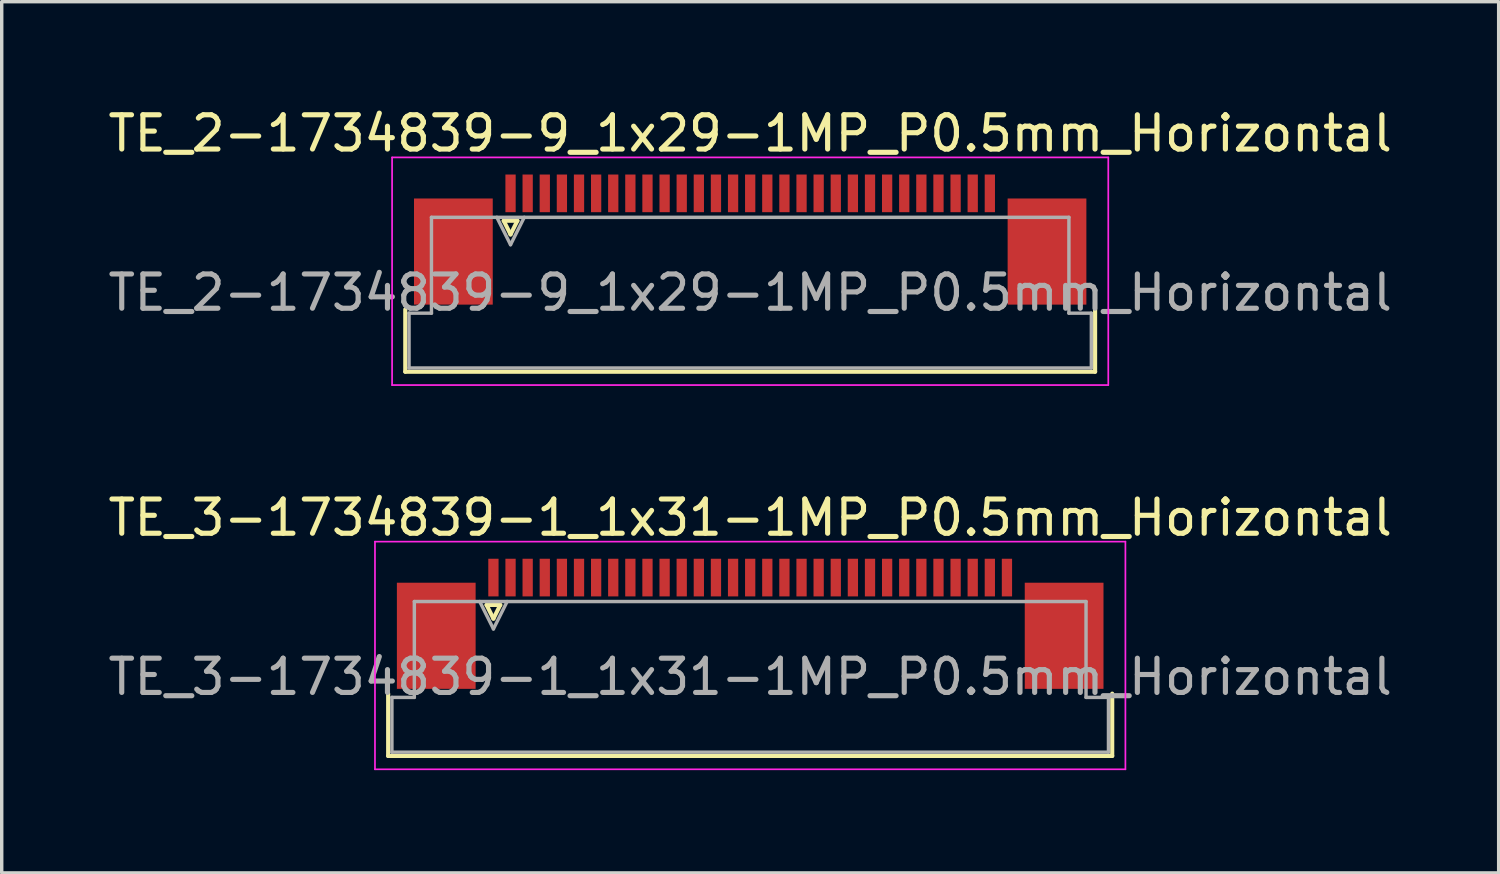
<source format=kicad_pcb>
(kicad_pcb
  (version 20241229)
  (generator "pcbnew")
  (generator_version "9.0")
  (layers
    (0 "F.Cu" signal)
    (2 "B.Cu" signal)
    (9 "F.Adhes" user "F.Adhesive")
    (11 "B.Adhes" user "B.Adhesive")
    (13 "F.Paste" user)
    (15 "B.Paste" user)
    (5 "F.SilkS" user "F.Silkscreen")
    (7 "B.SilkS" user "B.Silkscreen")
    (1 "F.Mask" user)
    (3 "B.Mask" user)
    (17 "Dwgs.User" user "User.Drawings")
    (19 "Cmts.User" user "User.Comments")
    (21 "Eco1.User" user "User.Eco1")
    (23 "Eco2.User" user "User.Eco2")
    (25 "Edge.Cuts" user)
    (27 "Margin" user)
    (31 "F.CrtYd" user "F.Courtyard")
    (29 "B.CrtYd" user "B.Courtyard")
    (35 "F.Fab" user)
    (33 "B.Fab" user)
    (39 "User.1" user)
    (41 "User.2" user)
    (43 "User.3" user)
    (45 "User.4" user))
  (footprint "TE_2-1734839-9_1x29-1MP_P0.5mm_Horizontal"
    (layer "F.Cu")
    (at 18.863 4.398)
    (property "Reference" "TE_2-1734839-9_1x29-1MP_P0.5mm_Horizontal" (at 0 -3.55 0) (layer "F.SilkS") (effects (font (size 1 1) (thickness 0.15))))
    (attr smd)
    (fp_line (start -10.075 3.41) (end -10.075 1.59) (stroke (width 0.12) (type solid)) (layer "F.SilkS"))
    (fp_line (start -7.2 -1) (end -7 -0.6) (stroke (width 0.12) (type solid)) (layer "F.SilkS"))
    (fp_line (start -7 -0.6) (end -6.8 -1) (stroke (width 0.12) (type solid)) (layer "F.SilkS"))
    (fp_line (start -6.8 -1) (end -7.2 -1) (stroke (width 0.12) (type solid)) (layer "F.SilkS"))
    (fp_line (start 10.075 1.59) (end 10.075 3.41) (stroke (width 0.12) (type solid)) (layer "F.SilkS"))
    (fp_line (start 10.075 3.41) (end -10.075 3.41) (stroke (width 0.12) (type solid)) (layer "F.SilkS"))
    (fp_line (start -10.46 -2.85) (end -10.46 3.8) (stroke (width 0.05) (type solid)) (layer "F.CrtYd"))
    (fp_line (start -10.46 3.8) (end 10.46 3.8) (stroke (width 0.05) (type solid)) (layer "F.CrtYd"))
    (fp_line (start 10.46 -2.85) (end -10.46 -2.85) (stroke (width 0.05) (type solid)) (layer "F.CrtYd"))
    (fp_line (start 10.46 3.8) (end 10.46 -2.85) (stroke (width 0.05) (type solid)) (layer "F.CrtYd"))
    (fp_line (start -9.965 1.7) (end -9.31 1.7) (stroke (width 0.1) (type solid)) (layer "F.Fab"))
    (fp_line (start -9.965 3.3) (end -9.965 1.7) (stroke (width 0.1) (type solid)) (layer "F.Fab"))
    (fp_line (start -9.31 -1.1) (end 9.31 -1.1) (stroke (width 0.1) (type solid)) (layer "F.Fab"))
    (fp_line (start -9.31 1.7) (end -9.31 -1.1) (stroke (width 0.1) (type solid)) (layer "F.Fab"))
    (fp_line (start -7.4 -1.1) (end -7 -0.3) (stroke (width 0.1) (type solid)) (layer "F.Fab"))
    (fp_line (start -7 -0.3) (end -6.6 -1.1) (stroke (width 0.1) (type solid)) (layer "F.Fab"))
    (fp_line (start 9.31 -1.1) (end 9.31 1.7) (stroke (width 0.1) (type solid)) (layer "F.Fab"))
    (fp_line (start 9.31 1.7) (end 9.965 1.7) (stroke (width 0.1) (type solid)) (layer "F.Fab"))
    (fp_line (start 9.965 1.7) (end 9.965 3.3) (stroke (width 0.1) (type solid)) (layer "F.Fab"))
    (fp_line (start 9.965 3.3) (end -9.965 3.3) (stroke (width 0.1) (type solid)) (layer "F.Fab"))
    (fp_text user "${REFERENCE}" (at 0 1.1 0) (layer "F.Fab") (effects (font (size 1 1) (thickness 0.15))))
    (pad "1" smd rect (at -7 -1.8) (size 0.3 1.1) (layers "F.Cu" "F.Mask" "F.Paste"))
    (pad "2" smd rect (at -6.5 -1.8) (size 0.3 1.1) (layers "F.Cu" "F.Mask" "F.Paste"))
    (pad "3" smd rect (at -6 -1.8) (size 0.3 1.1) (layers "F.Cu" "F.Mask" "F.Paste"))
    (pad "4" smd rect (at -5.5 -1.8) (size 0.3 1.1) (layers "F.Cu" "F.Mask" "F.Paste"))
    (pad "5" smd rect (at -5 -1.8) (size 0.3 1.1) (layers "F.Cu" "F.Mask" "F.Paste"))
    (pad "6" smd rect (at -4.5 -1.8) (size 0.3 1.1) (layers "F.Cu" "F.Mask" "F.Paste"))
    (pad "7" smd rect (at -4 -1.8) (size 0.3 1.1) (layers "F.Cu" "F.Mask" "F.Paste"))
    (pad "8" smd rect (at -3.5 -1.8) (size 0.3 1.1) (layers "F.Cu" "F.Mask" "F.Paste"))
    (pad "9" smd rect (at -3 -1.8) (size 0.3 1.1) (layers "F.Cu" "F.Mask" "F.Paste"))
    (pad "10" smd rect (at -2.5 -1.8) (size 0.3 1.1) (layers "F.Cu" "F.Mask" "F.Paste"))
    (pad "11" smd rect (at -2 -1.8) (size 0.3 1.1) (layers "F.Cu" "F.Mask" "F.Paste"))
    (pad "12" smd rect (at -1.5 -1.8) (size 0.3 1.1) (layers "F.Cu" "F.Mask" "F.Paste"))
    (pad "13" smd rect (at -1 -1.8) (size 0.3 1.1) (layers "F.Cu" "F.Mask" "F.Paste"))
    (pad "14" smd rect (at -0.5 -1.8) (size 0.3 1.1) (layers "F.Cu" "F.Mask" "F.Paste"))
    (pad "15" smd rect (at 0 -1.8) (size 0.3 1.1) (layers "F.Cu" "F.Mask" "F.Paste"))
    (pad "16" smd rect (at 0.5 -1.8) (size 0.3 1.1) (layers "F.Cu" "F.Mask" "F.Paste"))
    (pad "17" smd rect (at 1 -1.8) (size 0.3 1.1) (layers "F.Cu" "F.Mask" "F.Paste"))
    (pad "18" smd rect (at 1.5 -1.8) (size 0.3 1.1) (layers "F.Cu" "F.Mask" "F.Paste"))
    (pad "19" smd rect (at 2 -1.8) (size 0.3 1.1) (layers "F.Cu" "F.Mask" "F.Paste"))
    (pad "20" smd rect (at 2.5 -1.8) (size 0.3 1.1) (layers "F.Cu" "F.Mask" "F.Paste"))
    (pad "21" smd rect (at 3 -1.8) (size 0.3 1.1) (layers "F.Cu" "F.Mask" "F.Paste"))
    (pad "22" smd rect (at 3.5 -1.8) (size 0.3 1.1) (layers "F.Cu" "F.Mask" "F.Paste"))
    (pad "23" smd rect (at 4 -1.8) (size 0.3 1.1) (layers "F.Cu" "F.Mask" "F.Paste"))
    (pad "24" smd rect (at 4.5 -1.8) (size 0.3 1.1) (layers "F.Cu" "F.Mask" "F.Paste"))
    (pad "25" smd rect (at 5 -1.8) (size 0.3 1.1) (layers "F.Cu" "F.Mask" "F.Paste"))
    (pad "26" smd rect (at 5.5 -1.8) (size 0.3 1.1) (layers "F.Cu" "F.Mask" "F.Paste"))
    (pad "27" smd rect (at 6 -1.8) (size 0.3 1.1) (layers "F.Cu" "F.Mask" "F.Paste"))
    (pad "28" smd rect (at 6.5 -1.8) (size 0.3 1.1) (layers "F.Cu" "F.Mask" "F.Paste"))
    (pad "29" smd rect (at 7 -1.8) (size 0.3 1.1) (layers "F.Cu" "F.Mask" "F.Paste"))
    (pad "MP" smd rect (at -8.67 -0.1) (size 2.3 3.1) (layers "F.Cu" "F.Mask" "F.Paste"))
    (pad "MP" smd rect (at 8.67 -0.1) (size 2.3 3.1) (layers "F.Cu" "F.Mask" "F.Paste")))
  (footprint "TE_3-1734839-1_1x31-1MP_P0.5mm_Horizontal"
    (layer "F.Cu")
    (at 18.863 15.621)
    (property "Reference" "TE_3-1734839-1_1x31-1MP_P0.5mm_Horizontal" (at 0 -3.55 0) (layer "F.SilkS") (effects (font (size 1 1) (thickness 0.15))))
    (attr smd)
    (fp_line (start -10.575 3.41) (end -10.575 1.59) (stroke (width 0.12) (type solid)) (layer "F.SilkS"))
    (fp_line (start -7.7 -1) (end -7.5 -0.6) (stroke (width 0.12) (type solid)) (layer "F.SilkS"))
    (fp_line (start -7.5 -0.6) (end -7.3 -1) (stroke (width 0.12) (type solid)) (layer "F.SilkS"))
    (fp_line (start -7.3 -1) (end -7.7 -1) (stroke (width 0.12) (type solid)) (layer "F.SilkS"))
    (fp_line (start 10.575 1.59) (end 10.575 3.41) (stroke (width 0.12) (type solid)) (layer "F.SilkS"))
    (fp_line (start 10.575 3.41) (end -10.575 3.41) (stroke (width 0.12) (type solid)) (layer "F.SilkS"))
    (fp_line (start -10.96 -2.85) (end -10.96 3.8) (stroke (width 0.05) (type solid)) (layer "F.CrtYd"))
    (fp_line (start -10.96 3.8) (end 10.96 3.8) (stroke (width 0.05) (type solid)) (layer "F.CrtYd"))
    (fp_line (start 10.96 -2.85) (end -10.96 -2.85) (stroke (width 0.05) (type solid)) (layer "F.CrtYd"))
    (fp_line (start 10.96 3.8) (end 10.96 -2.85) (stroke (width 0.05) (type solid)) (layer "F.CrtYd"))
    (fp_line (start -10.465 1.7) (end -9.81 1.7) (stroke (width 0.1) (type solid)) (layer "F.Fab"))
    (fp_line (start -10.465 3.3) (end -10.465 1.7) (stroke (width 0.1) (type solid)) (layer "F.Fab"))
    (fp_line (start -9.81 -1.1) (end 9.81 -1.1) (stroke (width 0.1) (type solid)) (layer "F.Fab"))
    (fp_line (start -9.81 1.7) (end -9.81 -1.1) (stroke (width 0.1) (type solid)) (layer "F.Fab"))
    (fp_line (start -7.9 -1.1) (end -7.5 -0.3) (stroke (width 0.1) (type solid)) (layer "F.Fab"))
    (fp_line (start -7.5 -0.3) (end -7.1 -1.1) (stroke (width 0.1) (type solid)) (layer "F.Fab"))
    (fp_line (start 9.81 -1.1) (end 9.81 1.7) (stroke (width 0.1) (type solid)) (layer "F.Fab"))
    (fp_line (start 9.81 1.7) (end 10.465 1.7) (stroke (width 0.1) (type solid)) (layer "F.Fab"))
    (fp_line (start 10.465 1.7) (end 10.465 3.3) (stroke (width 0.1) (type solid)) (layer "F.Fab"))
    (fp_line (start 10.465 3.3) (end -10.465 3.3) (stroke (width 0.1) (type solid)) (layer "F.Fab"))
    (fp_text user "${REFERENCE}" (at 0 1.1 0) (layer "F.Fab") (effects (font (size 1 1) (thickness 0.15))))
    (pad "1" smd rect (at -7.5 -1.8) (size 0.3 1.1) (layers "F.Cu" "F.Mask" "F.Paste"))
    (pad "2" smd rect (at -7 -1.8) (size 0.3 1.1) (layers "F.Cu" "F.Mask" "F.Paste"))
    (pad "3" smd rect (at -6.5 -1.8) (size 0.3 1.1) (layers "F.Cu" "F.Mask" "F.Paste"))
    (pad "4" smd rect (at -6 -1.8) (size 0.3 1.1) (layers "F.Cu" "F.Mask" "F.Paste"))
    (pad "5" smd rect (at -5.5 -1.8) (size 0.3 1.1) (layers "F.Cu" "F.Mask" "F.Paste"))
    (pad "6" smd rect (at -5 -1.8) (size 0.3 1.1) (layers "F.Cu" "F.Mask" "F.Paste"))
    (pad "7" smd rect (at -4.5 -1.8) (size 0.3 1.1) (layers "F.Cu" "F.Mask" "F.Paste"))
    (pad "8" smd rect (at -4 -1.8) (size 0.3 1.1) (layers "F.Cu" "F.Mask" "F.Paste"))
    (pad "9" smd rect (at -3.5 -1.8) (size 0.3 1.1) (layers "F.Cu" "F.Mask" "F.Paste"))
    (pad "10" smd rect (at -3 -1.8) (size 0.3 1.1) (layers "F.Cu" "F.Mask" "F.Paste"))
    (pad "11" smd rect (at -2.5 -1.8) (size 0.3 1.1) (layers "F.Cu" "F.Mask" "F.Paste"))
    (pad "12" smd rect (at -2 -1.8) (size 0.3 1.1) (layers "F.Cu" "F.Mask" "F.Paste"))
    (pad "13" smd rect (at -1.5 -1.8) (size 0.3 1.1) (layers "F.Cu" "F.Mask" "F.Paste"))
    (pad "14" smd rect (at -1 -1.8) (size 0.3 1.1) (layers "F.Cu" "F.Mask" "F.Paste"))
    (pad "15" smd rect (at -0.5 -1.8) (size 0.3 1.1) (layers "F.Cu" "F.Mask" "F.Paste"))
    (pad "16" smd rect (at 0 -1.8) (size 0.3 1.1) (layers "F.Cu" "F.Mask" "F.Paste"))
    (pad "17" smd rect (at 0.5 -1.8) (size 0.3 1.1) (layers "F.Cu" "F.Mask" "F.Paste"))
    (pad "18" smd rect (at 1 -1.8) (size 0.3 1.1) (layers "F.Cu" "F.Mask" "F.Paste"))
    (pad "19" smd rect (at 1.5 -1.8) (size 0.3 1.1) (layers "F.Cu" "F.Mask" "F.Paste"))
    (pad "20" smd rect (at 2 -1.8) (size 0.3 1.1) (layers "F.Cu" "F.Mask" "F.Paste"))
    (pad "21" smd rect (at 2.5 -1.8) (size 0.3 1.1) (layers "F.Cu" "F.Mask" "F.Paste"))
    (pad "22" smd rect (at 3 -1.8) (size 0.3 1.1) (layers "F.Cu" "F.Mask" "F.Paste"))
    (pad "23" smd rect (at 3.5 -1.8) (size 0.3 1.1) (layers "F.Cu" "F.Mask" "F.Paste"))
    (pad "24" smd rect (at 4 -1.8) (size 0.3 1.1) (layers "F.Cu" "F.Mask" "F.Paste"))
    (pad "25" smd rect (at 4.5 -1.8) (size 0.3 1.1) (layers "F.Cu" "F.Mask" "F.Paste"))
    (pad "26" smd rect (at 5 -1.8) (size 0.3 1.1) (layers "F.Cu" "F.Mask" "F.Paste"))
    (pad "27" smd rect (at 5.5 -1.8) (size 0.3 1.1) (layers "F.Cu" "F.Mask" "F.Paste"))
    (pad "28" smd rect (at 6 -1.8) (size 0.3 1.1) (layers "F.Cu" "F.Mask" "F.Paste"))
    (pad "29" smd rect (at 6.5 -1.8) (size 0.3 1.1) (layers "F.Cu" "F.Mask" "F.Paste"))
    (pad "30" smd rect (at 7 -1.8) (size 0.3 1.1) (layers "F.Cu" "F.Mask" "F.Paste"))
    (pad "31" smd rect (at 7.5 -1.8) (size 0.3 1.1) (layers "F.Cu" "F.Mask" "F.Paste"))
    (pad "MP" smd rect (at -9.17 -0.1) (size 2.3 3.1) (layers "F.Cu" "F.Mask" "F.Paste"))
    (pad "MP" smd rect (at 9.17 -0.1) (size 2.3 3.1) (layers "F.Cu" "F.Mask" "F.Paste")))
  (gr_rect
    (start -3 -3)
    (end 40.726 22.447)
    (stroke (width 0.1) (type default))
    (fill no)
    (layer "Edge.Cuts")))
</source>
